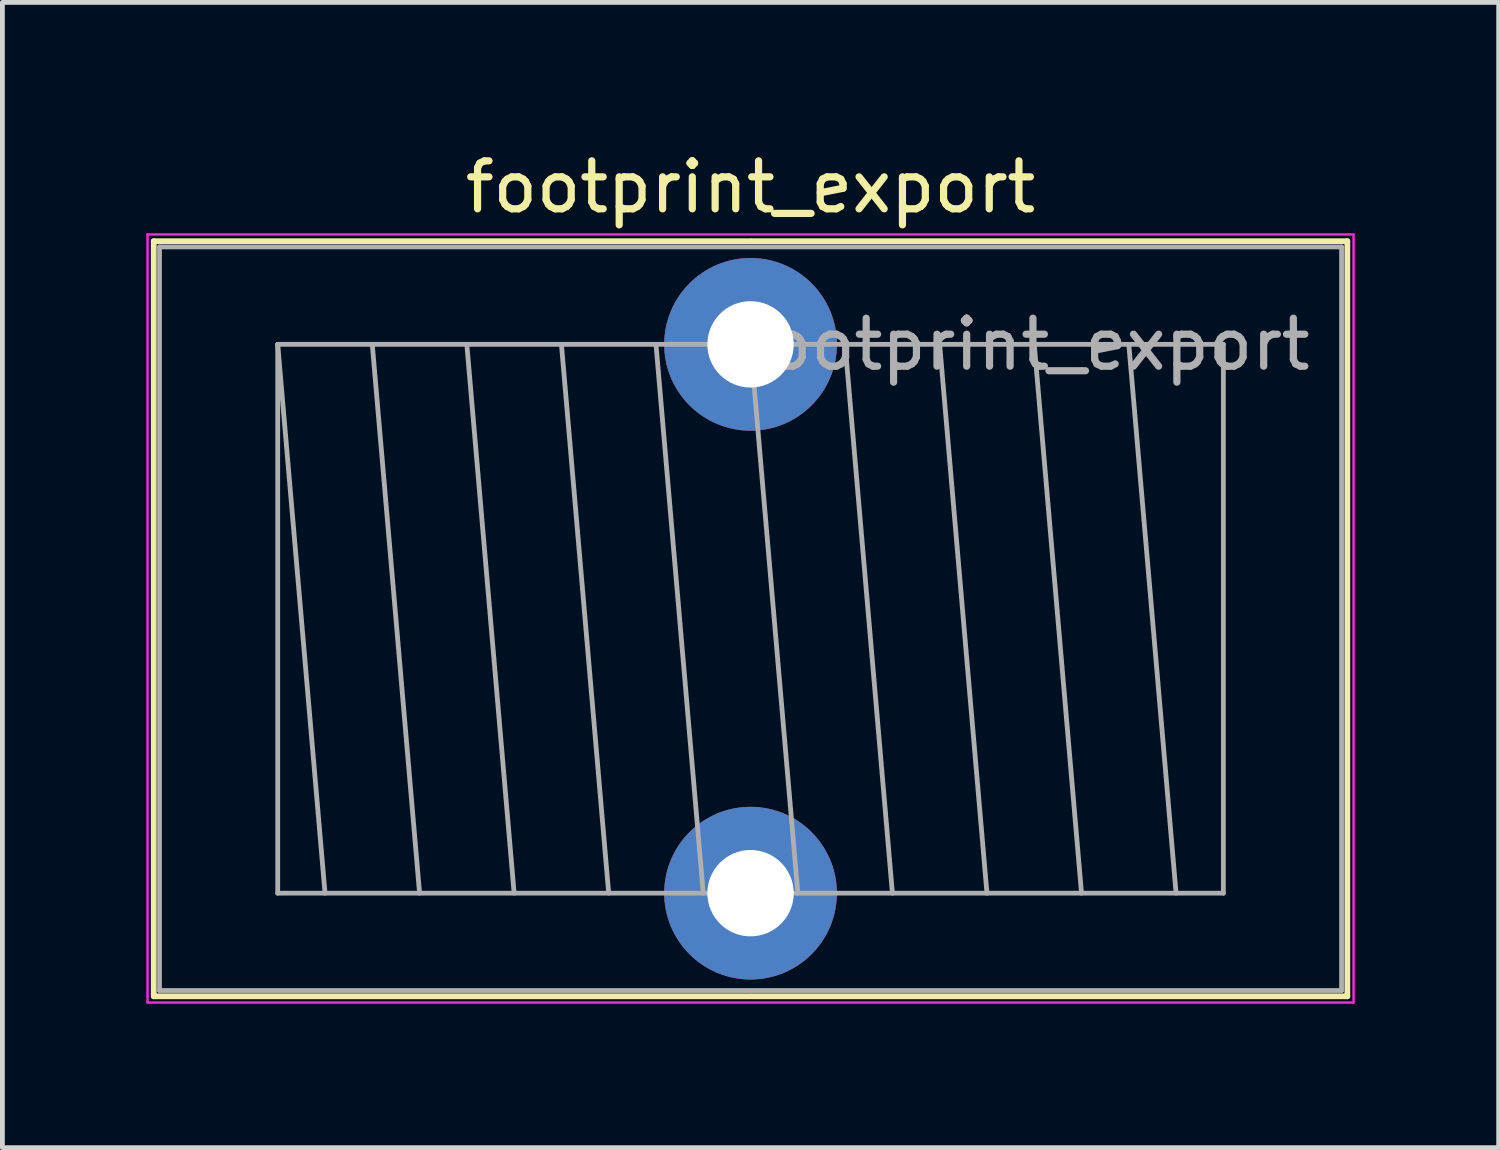
<source format=kicad_pcb>
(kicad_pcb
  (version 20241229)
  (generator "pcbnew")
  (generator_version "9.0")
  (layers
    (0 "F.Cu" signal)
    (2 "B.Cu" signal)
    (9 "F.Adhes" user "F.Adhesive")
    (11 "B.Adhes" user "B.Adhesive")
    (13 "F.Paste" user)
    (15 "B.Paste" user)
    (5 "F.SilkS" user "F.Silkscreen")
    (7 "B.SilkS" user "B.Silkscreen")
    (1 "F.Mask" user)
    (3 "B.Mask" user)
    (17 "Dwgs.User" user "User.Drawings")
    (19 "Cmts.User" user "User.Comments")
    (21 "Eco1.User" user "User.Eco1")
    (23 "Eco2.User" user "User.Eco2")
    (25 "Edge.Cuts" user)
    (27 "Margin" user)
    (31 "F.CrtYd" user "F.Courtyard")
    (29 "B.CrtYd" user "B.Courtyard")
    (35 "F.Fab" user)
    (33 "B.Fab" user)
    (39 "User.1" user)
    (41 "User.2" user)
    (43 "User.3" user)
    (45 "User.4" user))
  (footprint "footprint_export"
    (layer "F.Cu")
    (at 12.595 4.128)
    (property "Reference" "footprint_export" (at 0 -3.28 0) (layer "F.SilkS") (effects (font (size 1 1) (thickness 0.15))))
    (attr through_hole)
    (fp_line (start -12.44 -2.15) (end -12.44 13.59) (stroke (width 0.12) (type solid)) (layer "F.SilkS"))
    (fp_line (start -12.44 -2.15) (end -0.016 -2.15) (stroke (width 0.12) (type solid)) (layer "F.SilkS"))
    (fp_line (start -12.44 13.59) (end -0.016 13.59) (stroke (width 0.12) (type solid)) (layer "F.SilkS"))
    (fp_line (start 0.016 -2.15) (end 12.44 -2.15) (stroke (width 0.12) (type solid)) (layer "F.SilkS"))
    (fp_line (start 0.016 13.59) (end 12.44 13.59) (stroke (width 0.12) (type solid)) (layer "F.SilkS"))
    (fp_line (start 12.44 -2.15) (end 12.44 13.59) (stroke (width 0.12) (type solid)) (layer "F.SilkS"))
    (fp_line (start -12.57 -2.29) (end -12.57 13.72) (stroke (width 0.05) (type solid)) (layer "F.CrtYd"))
    (fp_line (start -12.57 13.72) (end 12.57 13.72) (stroke (width 0.05) (type solid)) (layer "F.CrtYd"))
    (fp_line (start 12.57 -2.29) (end -12.57 -2.29) (stroke (width 0.05) (type solid)) (layer "F.CrtYd"))
    (fp_line (start 12.57 13.72) (end 12.57 -2.29) (stroke (width 0.05) (type solid)) (layer "F.CrtYd"))
    (fp_line (start -12.32 -2.03) (end -12.32 13.47) (stroke (width 0.1) (type solid)) (layer "F.Fab"))
    (fp_line (start -12.32 13.47) (end 12.32 13.47) (stroke (width 0.1) (type solid)) (layer "F.Fab"))
    (fp_line (start -9.856 0) (end -9.856 11.44) (stroke (width 0.1) (type solid)) (layer "F.Fab"))
    (fp_line (start -9.856 0) (end -8.87 11.44) (stroke (width 0.1) (type solid)) (layer "F.Fab"))
    (fp_line (start -9.856 11.44) (end 9.856 11.44) (stroke (width 0.1) (type solid)) (layer "F.Fab"))
    (fp_line (start -7.885 0) (end -6.899 11.44) (stroke (width 0.1) (type solid)) (layer "F.Fab"))
    (fp_line (start -5.914 0) (end -4.928 11.44) (stroke (width 0.1) (type solid)) (layer "F.Fab"))
    (fp_line (start -3.942 0) (end -2.957 11.44) (stroke (width 0.1) (type solid)) (layer "F.Fab"))
    (fp_line (start -1.971 0) (end -0.986 11.44) (stroke (width 0.1) (type solid)) (layer "F.Fab"))
    (fp_line (start 0 0) (end 0.986 11.44) (stroke (width 0.1) (type solid)) (layer "F.Fab"))
    (fp_line (start 1.971 0) (end 2.957 11.44) (stroke (width 0.1) (type solid)) (layer "F.Fab"))
    (fp_line (start 3.942 0) (end 4.928 11.44) (stroke (width 0.1) (type solid)) (layer "F.Fab"))
    (fp_line (start 5.914 0) (end 6.899 11.44) (stroke (width 0.1) (type solid)) (layer "F.Fab"))
    (fp_line (start 7.885 0) (end 8.87 11.44) (stroke (width 0.1) (type solid)) (layer "F.Fab"))
    (fp_line (start 9.856 0) (end -9.856 0) (stroke (width 0.1) (type solid)) (layer "F.Fab"))
    (fp_line (start 9.856 11.44) (end 9.856 0) (stroke (width 0.1) (type solid)) (layer "F.Fab"))
    (fp_line (start 12.32 -2.03) (end -12.32 -2.03) (stroke (width 0.1) (type solid)) (layer "F.Fab"))
    (fp_line (start 12.32 13.47) (end 12.32 -2.03) (stroke (width 0.1) (type solid)) (layer "F.Fab"))
    (fp_text user "${REFERENCE}" (at 5.72 0 0) (layer "F.Fab") (effects (font (size 1 1) (thickness 0.15))))
    (pad "1" thru_hole circle (at 0 0) (size 3.6 3.6) (drill 1.8) (layers "*.Cu" "*.Mask"))
    (pad "2" thru_hole circle (at 0 11.44) (size 3.6 3.6) (drill 1.8) (layers "*.Cu" "*.Mask")))
  (gr_rect
    (start -3 -3)
    (end 28.19 20.873)
    (stroke (width 0.1) (type default))
    (fill no)
    (layer "Edge.Cuts")))
</source>
